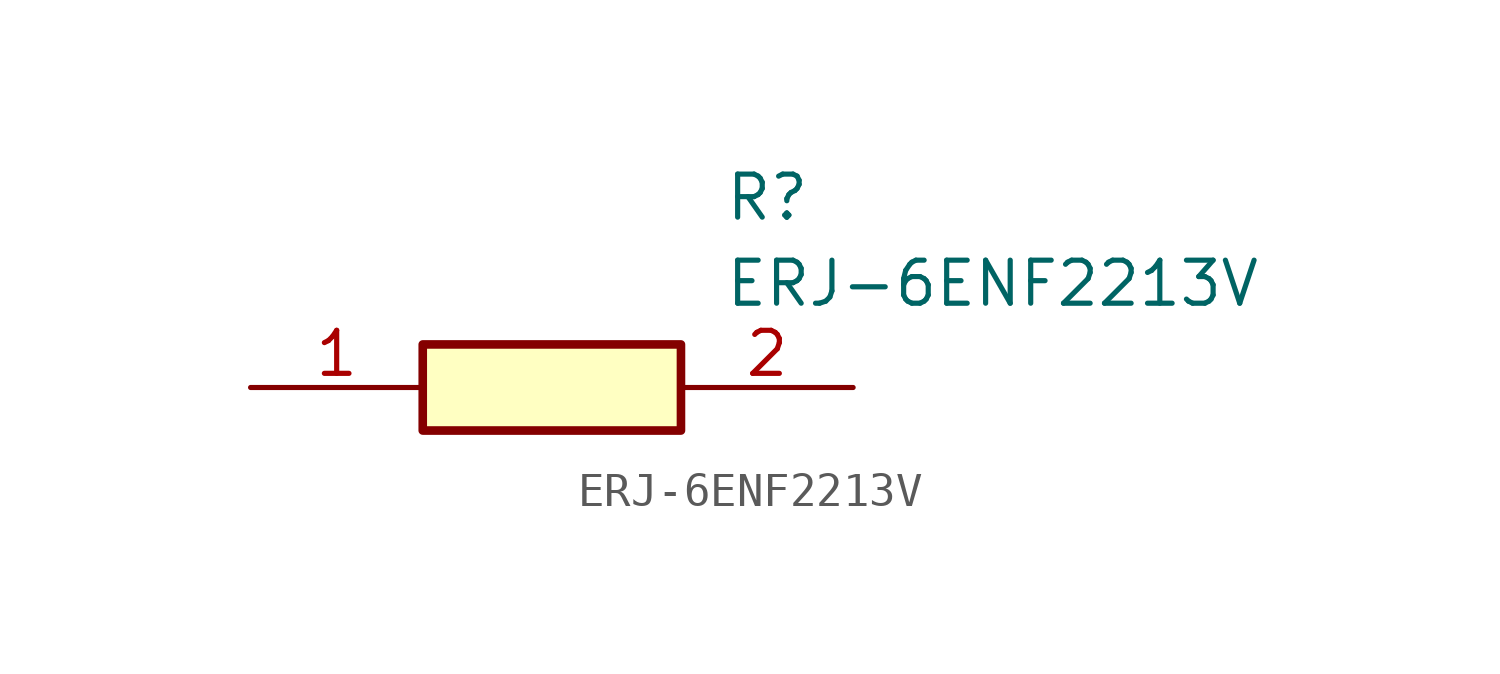
<source format=kicad_sym>
(kicad_symbol_lib
  (version 20211014)
  (generator SamacSys_ECAD_Model)
  (symbol "ERJ-6ENF2213V"
    (pin_names hide)
    (property "Reference" "R"
      (at 13.97 6.35 0)
      (effects (font (size 1.27 1.27)) (justify left top)))
    (property "Value" "ERJ-6ENF2213V"
      (at 13.97 3.81 0)
      (effects (font (size 1.27 1.27)) (justify left top)))
    (rectangle
      (start 5.08 1.27)
      (end 12.7 -1.27)
      (stroke (width 0.254) (type default))
      (fill (type background)))
    (pin passive line
      (at 0 0 0)
      (length 5.08)
      (name "1" (effects (font (size 1.27 1.27))))
      (number "1" (effects (font (size 1.27 1.27)))))
    (pin passive line
      (at 17.78 0 180)
      (length 5.08)
      (name "2" (effects (font (size 1.27 1.27))))
      (number "2" (effects (font (size 1.27 1.27)))))))
</source>
